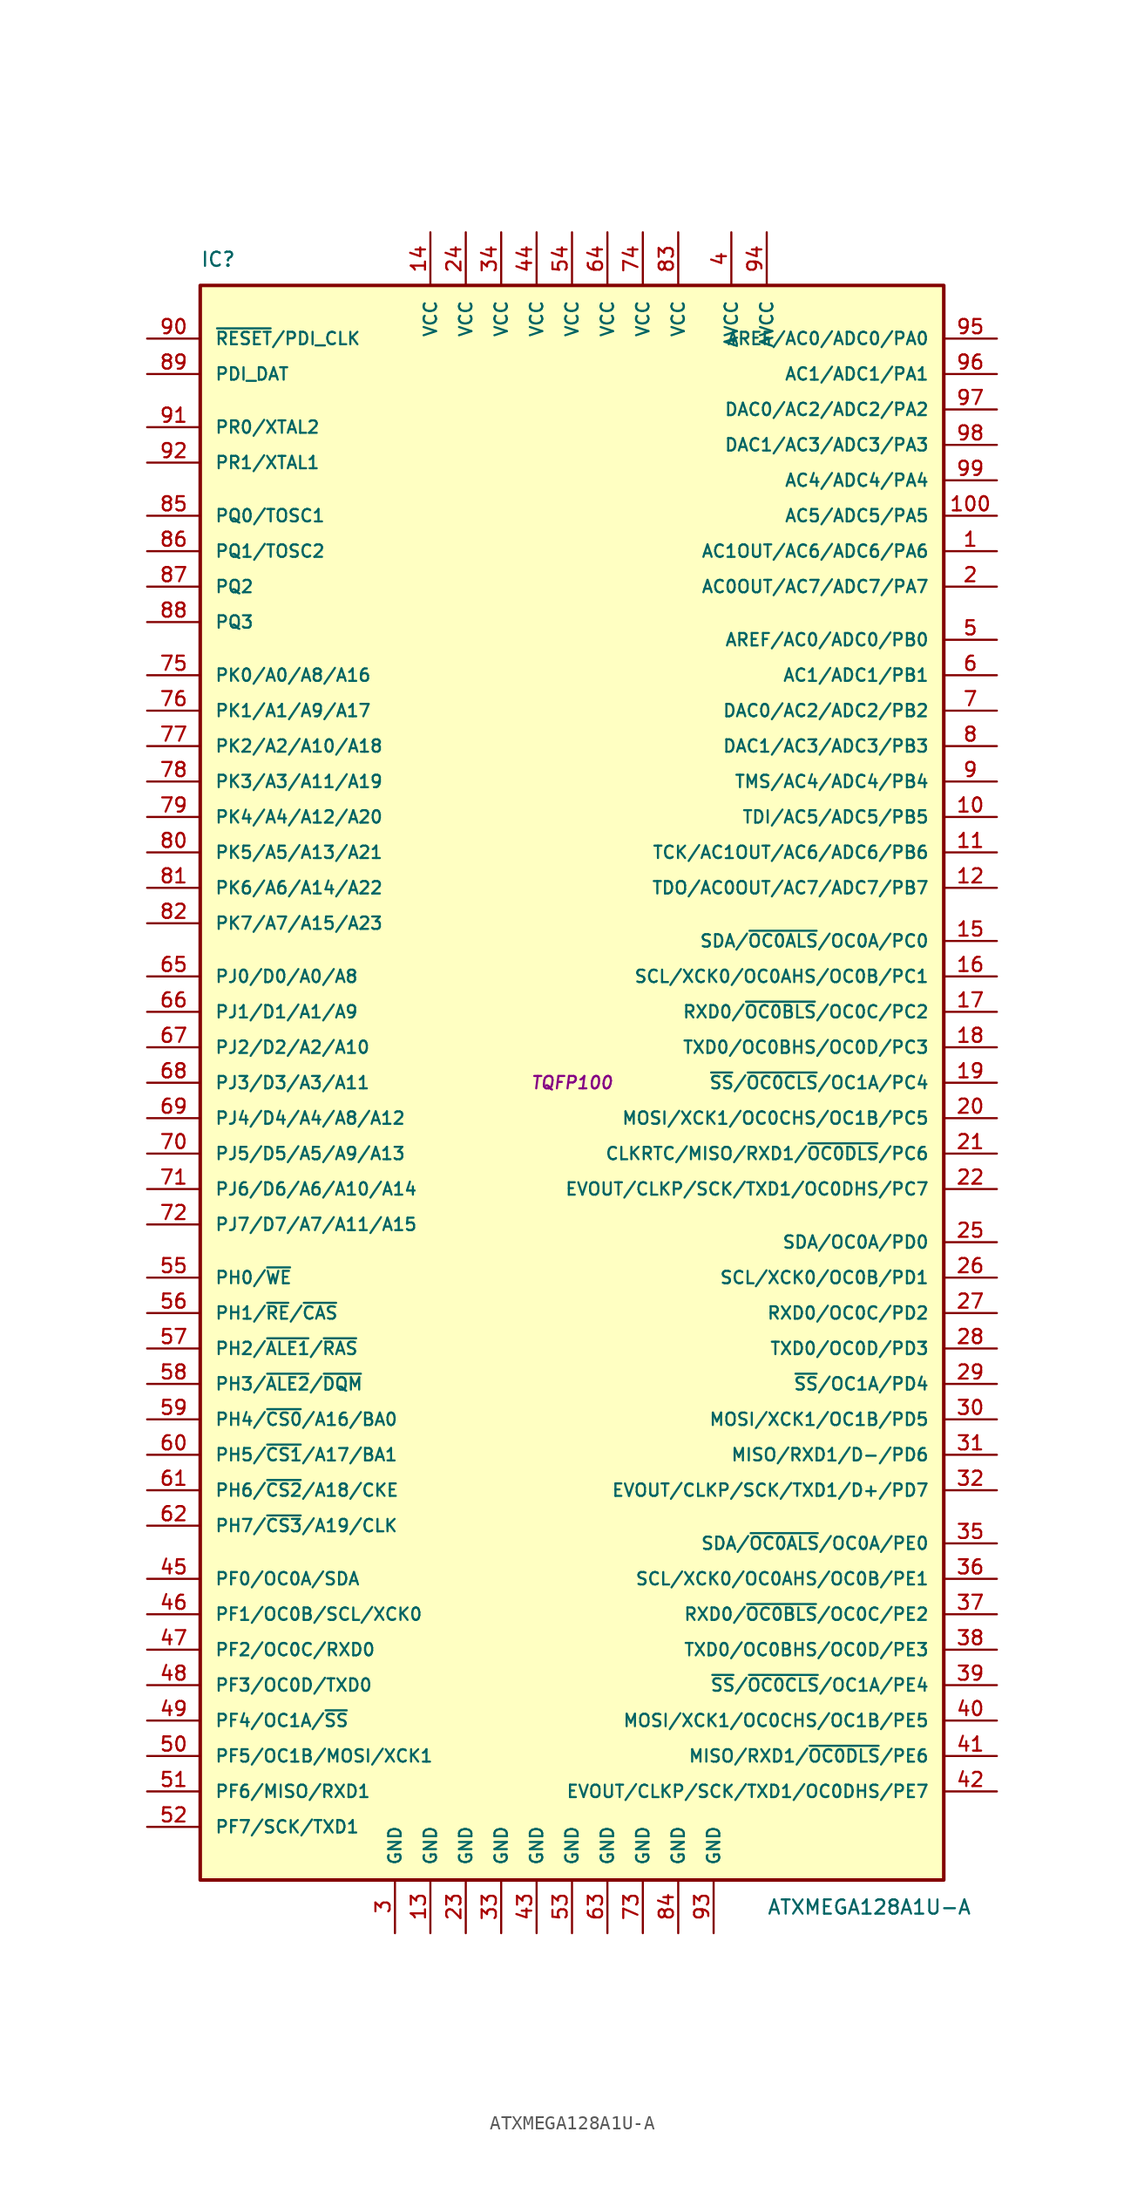
<source format=kicad_sym>
(kicad_symbol_lib
  (version 20211014)
  (generator kicad_symbol_editor)
  (symbol "ATXMEGA128A1U-A"
    (pin_names
      (offset 1.016))
    (property "Reference" "IC"
      (at -26.67 58.42 0)
      (effects (font (size 1.016 1.016)) (justify left bottom)))
    (property "Value" "ATXMEGA128A1U-A"
      (at 13.97 -59.69 0)
      (effects (font (size 1.016 1.016)) (justify left bottom)))
    (property "Footprint" "TQFP100"
      (at 0 0 0)
      (effects (font (size 0.889 0.889) italic)))
    (property "Datasheet" ""
      (at 0 0 0)
      (effects (font (size 1.524 1.524))))
    (symbol "ATXMEGA128A1U-A_0_1"
      (rectangle (start -26.67 57.15) (end 26.67 -57.15) (stroke (width 0.254) (type default) (color 0 0 0 0)) (fill (type background))))
    (symbol "ATXMEGA128A1U-A_1_1"
      (pin bidirectional line (at 30.48 38.1 180) (length 3.81) (name "AC1OUT/AC6/ADC6/PA6" (effects (font (size 0.889 0.889)))) (number "1" (effects (font (size 1.016 1.016)))))
      (pin bidirectional line (at 30.48 19.05 180) (length 3.81) (name "TDI/AC5/ADC5/PB5" (effects (font (size 0.889 0.889)))) (number "10" (effects (font (size 1.016 1.016)))))
      (pin bidirectional line (at 30.48 40.64 180) (length 3.81) (name "AC5/ADC5/PA5" (effects (font (size 0.889 0.889)))) (number "100" (effects (font (size 1.016 1.016)))))
      (pin bidirectional line (at 30.48 16.51 180) (length 3.81) (name "TCK/AC1OUT/AC6/ADC6/PB6" (effects (font (size 0.889 0.889)))) (number "11" (effects (font (size 1.016 1.016)))))
      (pin bidirectional line (at 30.48 13.97 180) (length 3.81) (name "TDO/AC0OUT/AC7/ADC7/PB7" (effects (font (size 0.889 0.889)))) (number "12" (effects (font (size 1.016 1.016)))))
      (pin power_in line (at -10.16 -60.96 90) (length 3.81) (name "GND" (effects (font (size 0.889 0.889)))) (number "13" (effects (font (size 1.016 1.016)))))
      (pin power_in line (at -10.16 60.96 270) (length 3.81) (name "VCC" (effects (font (size 0.889 0.889)))) (number "14" (effects (font (size 1.016 1.016)))))
      (pin bidirectional line (at 30.48 10.16 180) (length 3.81) (name "SDA/~{OC0ALS}/OC0A/PC0" (effects (font (size 0.889 0.889)))) (number "15" (effects (font (size 1.016 1.016)))))
      (pin bidirectional line (at 30.48 7.62 180) (length 3.81) (name "SCL/XCK0/OC0AHS/OC0B/PC1" (effects (font (size 0.889 0.889)))) (number "16" (effects (font (size 1.016 1.016)))))
      (pin bidirectional line (at 30.48 5.08 180) (length 3.81) (name "RXD0/~{OC0BLS}/OC0C/PC2" (effects (font (size 0.889 0.889)))) (number "17" (effects (font (size 1.016 1.016)))))
      (pin bidirectional line (at 30.48 2.54 180) (length 3.81) (name "TXD0/OC0BHS/OC0D/PC3" (effects (font (size 0.889 0.889)))) (number "18" (effects (font (size 1.016 1.016)))))
      (pin bidirectional line (at 30.48 0 180) (length 3.81) (name "~{SS}/~{OC0CLS}/OC1A/PC4" (effects (font (size 0.889 0.889)))) (number "19" (effects (font (size 1.016 1.016)))))
      (pin bidirectional line (at 30.48 35.56 180) (length 3.81) (name "AC0OUT/AC7/ADC7/PA7" (effects (font (size 0.889 0.889)))) (number "2" (effects (font (size 1.016 1.016)))))
      (pin bidirectional line (at 30.48 -2.54 180) (length 3.81) (name "MOSI/XCK1/OC0CHS/OC1B/PC5" (effects (font (size 0.889 0.889)))) (number "20" (effects (font (size 1.016 1.016)))))
      (pin bidirectional line (at 30.48 -5.08 180) (length 3.81) (name "CLKRTC/MISO/RXD1/~{OC0DLS}/PC6" (effects (font (size 0.889 0.889)))) (number "21" (effects (font (size 1.016 1.016)))))
      (pin bidirectional line (at 30.48 -7.62 180) (length 3.81) (name "EVOUT/CLKP/SCK/TXD1/OC0DHS/PC7" (effects (font (size 0.889 0.889)))) (number "22" (effects (font (size 1.016 1.016)))))
      (pin power_in line (at -7.62 -60.96 90) (length 3.81) (name "GND" (effects (font (size 0.889 0.889)))) (number "23" (effects (font (size 1.016 1.016)))))
      (pin power_in line (at -7.62 60.96 270) (length 3.81) (name "VCC" (effects (font (size 0.889 0.889)))) (number "24" (effects (font (size 1.016 1.016)))))
      (pin bidirectional line (at 30.48 -11.43 180) (length 3.81) (name "SDA/OC0A/PD0" (effects (font (size 0.889 0.889)))) (number "25" (effects (font (size 1.016 1.016)))))
      (pin bidirectional line (at 30.48 -13.97 180) (length 3.81) (name "SCL/XCK0/OC0B/PD1" (effects (font (size 0.889 0.889)))) (number "26" (effects (font (size 1.016 1.016)))))
      (pin bidirectional line (at 30.48 -16.51 180) (length 3.81) (name "RXD0/OC0C/PD2" (effects (font (size 0.889 0.889)))) (number "27" (effects (font (size 1.016 1.016)))))
      (pin bidirectional line (at 30.48 -19.05 180) (length 3.81) (name "TXD0/OC0D/PD3" (effects (font (size 0.889 0.889)))) (number "28" (effects (font (size 1.016 1.016)))))
      (pin bidirectional line (at 30.48 -21.59 180) (length 3.81) (name "~{SS}/OC1A/PD4" (effects (font (size 0.889 0.889)))) (number "29" (effects (font (size 1.016 1.016)))))
      (pin power_in line (at -12.7 -60.96 90) (length 3.81) (name "GND" (effects (font (size 0.889 0.889)))) (number "3" (effects (font (size 1.016 1.016)))))
      (pin bidirectional line (at 30.48 -24.13 180) (length 3.81) (name "MOSI/XCK1/OC1B/PD5" (effects (font (size 0.889 0.889)))) (number "30" (effects (font (size 1.016 1.016)))))
      (pin bidirectional line (at 30.48 -26.67 180) (length 3.81) (name "MISO/RXD1/D-/PD6" (effects (font (size 0.889 0.889)))) (number "31" (effects (font (size 1.016 1.016)))))
      (pin bidirectional line (at 30.48 -29.21 180) (length 3.81) (name "EVOUT/CLKP/SCK/TXD1/D+/PD7" (effects (font (size 0.889 0.889)))) (number "32" (effects (font (size 1.016 1.016)))))
      (pin power_in line (at -5.08 -60.96 90) (length 3.81) (name "GND" (effects (font (size 0.889 0.889)))) (number "33" (effects (font (size 1.016 1.016)))))
      (pin power_in line (at -5.08 60.96 270) (length 3.81) (name "VCC" (effects (font (size 0.889 0.889)))) (number "34" (effects (font (size 1.016 1.016)))))
      (pin bidirectional line (at 30.48 -33.02 180) (length 3.81) (name "SDA/~{OC0ALS}/OC0A/PE0" (effects (font (size 0.889 0.889)))) (number "35" (effects (font (size 1.016 1.016)))))
      (pin bidirectional line (at 30.48 -35.56 180) (length 3.81) (name "SCL/XCK0/OC0AHS/OC0B/PE1" (effects (font (size 0.889 0.889)))) (number "36" (effects (font (size 1.016 1.016)))))
      (pin bidirectional line (at 30.48 -38.1 180) (length 3.81) (name "RXD0/~{OC0BLS}/OC0C/PE2" (effects (font (size 0.889 0.889)))) (number "37" (effects (font (size 1.016 1.016)))))
      (pin bidirectional line (at 30.48 -40.64 180) (length 3.81) (name "TXD0/OC0BHS/OC0D/PE3" (effects (font (size 0.889 0.889)))) (number "38" (effects (font (size 1.016 1.016)))))
      (pin bidirectional line (at 30.48 -43.18 180) (length 3.81) (name "~{SS}/~{OC0CLS}/OC1A/PE4" (effects (font (size 0.889 0.889)))) (number "39" (effects (font (size 1.016 1.016)))))
      (pin power_in line (at 11.43 60.96 270) (length 3.81) (name "AVCC" (effects (font (size 0.889 0.889)))) (number "4" (effects (font (size 1.016 1.016)))))
      (pin bidirectional line (at 30.48 -45.72 180) (length 3.81) (name "MOSI/XCK1/OC0CHS/OC1B/PE5" (effects (font (size 0.889 0.889)))) (number "40" (effects (font (size 1.016 1.016)))))
      (pin bidirectional line (at 30.48 -48.26 180) (length 3.81) (name "MISO/RXD1/~{OC0DLS}/PE6" (effects (font (size 0.889 0.889)))) (number "41" (effects (font (size 1.016 1.016)))))
      (pin bidirectional line (at 30.48 -50.8 180) (length 3.81) (name "EVOUT/CLKP/SCK/TXD1/OC0DHS/PE7" (effects (font (size 0.889 0.889)))) (number "42" (effects (font (size 1.016 1.016)))))
      (pin power_in line (at -2.54 -60.96 90) (length 3.81) (name "GND" (effects (font (size 0.889 0.889)))) (number "43" (effects (font (size 1.016 1.016)))))
      (pin power_in line (at -2.54 60.96 270) (length 3.81) (name "VCC" (effects (font (size 0.889 0.889)))) (number "44" (effects (font (size 1.016 1.016)))))
      (pin bidirectional line (at -30.48 -35.56 0) (length 3.81) (name "PF0/OC0A/SDA" (effects (font (size 0.889 0.889)))) (number "45" (effects (font (size 1.016 1.016)))))
      (pin bidirectional line (at -30.48 -38.1 0) (length 3.81) (name "PF1/OC0B/SCL/XCK0" (effects (font (size 0.889 0.889)))) (number "46" (effects (font (size 1.016 1.016)))))
      (pin bidirectional line (at -30.48 -40.64 0) (length 3.81) (name "PF2/OC0C/RXD0" (effects (font (size 0.889 0.889)))) (number "47" (effects (font (size 1.016 1.016)))))
      (pin bidirectional line (at -30.48 -43.18 0) (length 3.81) (name "PF3/OC0D/TXD0" (effects (font (size 0.889 0.889)))) (number "48" (effects (font (size 1.016 1.016)))))
      (pin bidirectional line (at -30.48 -45.72 0) (length 3.81) (name "PF4/OC1A/~{SS}" (effects (font (size 0.889 0.889)))) (number "49" (effects (font (size 1.016 1.016)))))
      (pin bidirectional line (at 30.48 31.75 180) (length 3.81) (name "AREF/AC0/ADC0/PB0" (effects (font (size 0.889 0.889)))) (number "5" (effects (font (size 1.016 1.016)))))
      (pin bidirectional line (at -30.48 -48.26 0) (length 3.81) (name "PF5/OC1B/MOSI/XCK1" (effects (font (size 0.889 0.889)))) (number "50" (effects (font (size 1.016 1.016)))))
      (pin bidirectional line (at -30.48 -50.8 0) (length 3.81) (name "PF6/MISO/RXD1" (effects (font (size 0.889 0.889)))) (number "51" (effects (font (size 1.016 1.016)))))
      (pin bidirectional line (at -30.48 -53.34 0) (length 3.81) (name "PF7/SCK/TXD1" (effects (font (size 0.889 0.889)))) (number "52" (effects (font (size 1.016 1.016)))))
      (pin power_in line (at 0 -60.96 90) (length 3.81) (name "GND" (effects (font (size 0.889 0.889)))) (number "53" (effects (font (size 1.016 1.016)))))
      (pin power_in line (at 0 60.96 270) (length 3.81) (name "VCC" (effects (font (size 0.889 0.889)))) (number "54" (effects (font (size 1.016 1.016)))))
      (pin bidirectional line (at -30.48 -13.97 0) (length 3.81) (name "PH0/~{WE}" (effects (font (size 0.889 0.889)))) (number "55" (effects (font (size 1.016 1.016)))))
      (pin bidirectional line (at -30.48 -16.51 0) (length 3.81) (name "PH1/~{RE}/~{CAS}" (effects (font (size 0.889 0.889)))) (number "56" (effects (font (size 1.016 1.016)))))
      (pin bidirectional line (at -30.48 -19.05 0) (length 3.81) (name "PH2/~{ALE1}/~{RAS}" (effects (font (size 0.889 0.889)))) (number "57" (effects (font (size 1.016 1.016)))))
      (pin bidirectional line (at -30.48 -21.59 0) (length 3.81) (name "PH3/~{ALE2}/~{DQM}" (effects (font (size 0.889 0.889)))) (number "58" (effects (font (size 1.016 1.016)))))
      (pin bidirectional line (at -30.48 -24.13 0) (length 3.81) (name "PH4/~{CS0}/A16/BA0" (effects (font (size 0.889 0.889)))) (number "59" (effects (font (size 1.016 1.016)))))
      (pin bidirectional line (at 30.48 29.21 180) (length 3.81) (name "AC1/ADC1/PB1" (effects (font (size 0.889 0.889)))) (number "6" (effects (font (size 1.016 1.016)))))
      (pin bidirectional line (at -30.48 -26.67 0) (length 3.81) (name "PH5/~{CS1}/A17/BA1" (effects (font (size 0.889 0.889)))) (number "60" (effects (font (size 1.016 1.016)))))
      (pin bidirectional line (at -30.48 -29.21 0) (length 3.81) (name "PH6/~{CS2}/A18/CKE" (effects (font (size 0.889 0.889)))) (number "61" (effects (font (size 1.016 1.016)))))
      (pin bidirectional line (at -30.48 -31.75 0) (length 3.81) (name "PH7/~{CS3}/A19/CLK" (effects (font (size 0.889 0.889)))) (number "62" (effects (font (size 1.016 1.016)))))
      (pin power_in line (at 2.54 -60.96 90) (length 3.81) (name "GND" (effects (font (size 0.889 0.889)))) (number "63" (effects (font (size 1.016 1.016)))))
      (pin power_in line (at 2.54 60.96 270) (length 3.81) (name "VCC" (effects (font (size 0.889 0.889)))) (number "64" (effects (font (size 1.016 1.016)))))
      (pin bidirectional line (at -30.48 7.62 0) (length 3.81) (name "PJ0/D0/A0/A8" (effects (font (size 0.889 0.889)))) (number "65" (effects (font (size 1.016 1.016)))))
      (pin bidirectional line (at -30.48 5.08 0) (length 3.81) (name "PJ1/D1/A1/A9" (effects (font (size 0.889 0.889)))) (number "66" (effects (font (size 1.016 1.016)))))
      (pin bidirectional line (at -30.48 2.54 0) (length 3.81) (name "PJ2/D2/A2/A10" (effects (font (size 0.889 0.889)))) (number "67" (effects (font (size 1.016 1.016)))))
      (pin bidirectional line (at -30.48 0 0) (length 3.81) (name "PJ3/D3/A3/A11" (effects (font (size 0.889 0.889)))) (number "68" (effects (font (size 1.016 1.016)))))
      (pin bidirectional line (at -30.48 -2.54 0) (length 3.81) (name "PJ4/D4/A4/A8/A12" (effects (font (size 0.889 0.889)))) (number "69" (effects (font (size 1.016 1.016)))))
      (pin bidirectional line (at 30.48 26.67 180) (length 3.81) (name "DAC0/AC2/ADC2/PB2" (effects (font (size 0.889 0.889)))) (number "7" (effects (font (size 1.016 1.016)))))
      (pin bidirectional line (at -30.48 -5.08 0) (length 3.81) (name "PJ5/D5/A5/A9/A13" (effects (font (size 0.889 0.889)))) (number "70" (effects (font (size 1.016 1.016)))))
      (pin bidirectional line (at -30.48 -7.62 0) (length 3.81) (name "PJ6/D6/A6/A10/A14" (effects (font (size 0.889 0.889)))) (number "71" (effects (font (size 1.016 1.016)))))
      (pin bidirectional line (at -30.48 -10.16 0) (length 3.81) (name "PJ7/D7/A7/A11/A15" (effects (font (size 0.889 0.889)))) (number "72" (effects (font (size 1.016 1.016)))))
      (pin power_in line (at 5.08 -60.96 90) (length 3.81) (name "GND" (effects (font (size 0.889 0.889)))) (number "73" (effects (font (size 1.016 1.016)))))
      (pin power_in line (at 5.08 60.96 270) (length 3.81) (name "VCC" (effects (font (size 0.889 0.889)))) (number "74" (effects (font (size 1.016 1.016)))))
      (pin bidirectional line (at -30.48 29.21 0) (length 3.81) (name "PK0/A0/A8/A16" (effects (font (size 0.889 0.889)))) (number "75" (effects (font (size 1.016 1.016)))))
      (pin bidirectional line (at -30.48 26.67 0) (length 3.81) (name "PK1/A1/A9/A17" (effects (font (size 0.889 0.889)))) (number "76" (effects (font (size 1.016 1.016)))))
      (pin bidirectional line (at -30.48 24.13 0) (length 3.81) (name "PK2/A2/A10/A18" (effects (font (size 0.889 0.889)))) (number "77" (effects (font (size 1.016 1.016)))))
      (pin bidirectional line (at -30.48 21.59 0) (length 3.81) (name "PK3/A3/A11/A19" (effects (font (size 0.889 0.889)))) (number "78" (effects (font (size 1.016 1.016)))))
      (pin bidirectional line (at -30.48 19.05 0) (length 3.81) (name "PK4/A4/A12/A20" (effects (font (size 0.889 0.889)))) (number "79" (effects (font (size 1.016 1.016)))))
      (pin bidirectional line (at 30.48 24.13 180) (length 3.81) (name "DAC1/AC3/ADC3/PB3" (effects (font (size 0.889 0.889)))) (number "8" (effects (font (size 1.016 1.016)))))
      (pin bidirectional line (at -30.48 16.51 0) (length 3.81) (name "PK5/A5/A13/A21" (effects (font (size 0.889 0.889)))) (number "80" (effects (font (size 1.016 1.016)))))
      (pin bidirectional line (at -30.48 13.97 0) (length 3.81) (name "PK6/A6/A14/A22" (effects (font (size 0.889 0.889)))) (number "81" (effects (font (size 1.016 1.016)))))
      (pin bidirectional line (at -30.48 11.43 0) (length 3.81) (name "PK7/A7/A15/A23" (effects (font (size 0.889 0.889)))) (number "82" (effects (font (size 1.016 1.016)))))
      (pin power_in line (at 7.62 60.96 270) (length 3.81) (name "VCC" (effects (font (size 0.889 0.889)))) (number "83" (effects (font (size 1.016 1.016)))))
      (pin power_in line (at 7.62 -60.96 90) (length 3.81) (name "GND" (effects (font (size 0.889 0.889)))) (number "84" (effects (font (size 1.016 1.016)))))
      (pin bidirectional line (at -30.48 40.64 0) (length 3.81) (name "PQ0/TOSC1" (effects (font (size 0.889 0.889)))) (number "85" (effects (font (size 1.016 1.016)))))
      (pin bidirectional line (at -30.48 38.1 0) (length 3.81) (name "PQ1/TOSC2" (effects (font (size 0.889 0.889)))) (number "86" (effects (font (size 1.016 1.016)))))
      (pin bidirectional line (at -30.48 35.56 0) (length 3.81) (name "PQ2" (effects (font (size 0.889 0.889)))) (number "87" (effects (font (size 1.016 1.016)))))
      (pin bidirectional line (at -30.48 33.02 0) (length 3.81) (name "PQ3" (effects (font (size 0.889 0.889)))) (number "88" (effects (font (size 1.016 1.016)))))
      (pin input line (at -30.48 50.8 0) (length 3.81) (name "PDI_DAT" (effects (font (size 0.889 0.889)))) (number "89" (effects (font (size 1.016 1.016)))))
      (pin bidirectional line (at 30.48 21.59 180) (length 3.81) (name "TMS/AC4/ADC4/PB4" (effects (font (size 0.889 0.889)))) (number "9" (effects (font (size 1.016 1.016)))))
      (pin input line (at -30.48 53.34 0) (length 3.81) (name "~{RESET}/PDI_CLK" (effects (font (size 0.889 0.889)))) (number "90" (effects (font (size 1.016 1.016)))))
      (pin bidirectional line (at -30.48 46.99 0) (length 3.81) (name "PR0/XTAL2" (effects (font (size 0.889 0.889)))) (number "91" (effects (font (size 1.016 1.016)))))
      (pin bidirectional line (at -30.48 44.45 0) (length 3.81) (name "PR1/XTAL1" (effects (font (size 0.889 0.889)))) (number "92" (effects (font (size 1.016 1.016)))))
      (pin power_in line (at 10.16 -60.96 90) (length 3.81) (name "GND" (effects (font (size 0.889 0.889)))) (number "93" (effects (font (size 1.016 1.016)))))
      (pin power_in line (at 13.97 60.96 270) (length 3.81) (name "AVCC" (effects (font (size 0.889 0.889)))) (number "94" (effects (font (size 1.016 1.016)))))
      (pin bidirectional line (at 30.48 53.34 180) (length 3.81) (name "AREF/AC0/ADC0/PA0" (effects (font (size 0.889 0.889)))) (number "95" (effects (font (size 1.016 1.016)))))
      (pin bidirectional line (at 30.48 50.8 180) (length 3.81) (name "AC1/ADC1/PA1" (effects (font (size 0.889 0.889)))) (number "96" (effects (font (size 1.016 1.016)))))
      (pin bidirectional line (at 30.48 48.26 180) (length 3.81) (name "DAC0/AC2/ADC2/PA2" (effects (font (size 0.889 0.889)))) (number "97" (effects (font (size 1.016 1.016)))))
      (pin bidirectional line (at 30.48 45.72 180) (length 3.81) (name "DAC1/AC3/ADC3/PA3" (effects (font (size 0.889 0.889)))) (number "98" (effects (font (size 1.016 1.016)))))
      (pin bidirectional line (at 30.48 43.18 180) (length 3.81) (name "AC4/ADC4/PA4" (effects (font (size 0.889 0.889)))) (number "99" (effects (font (size 1.016 1.016))))))))
</source>
